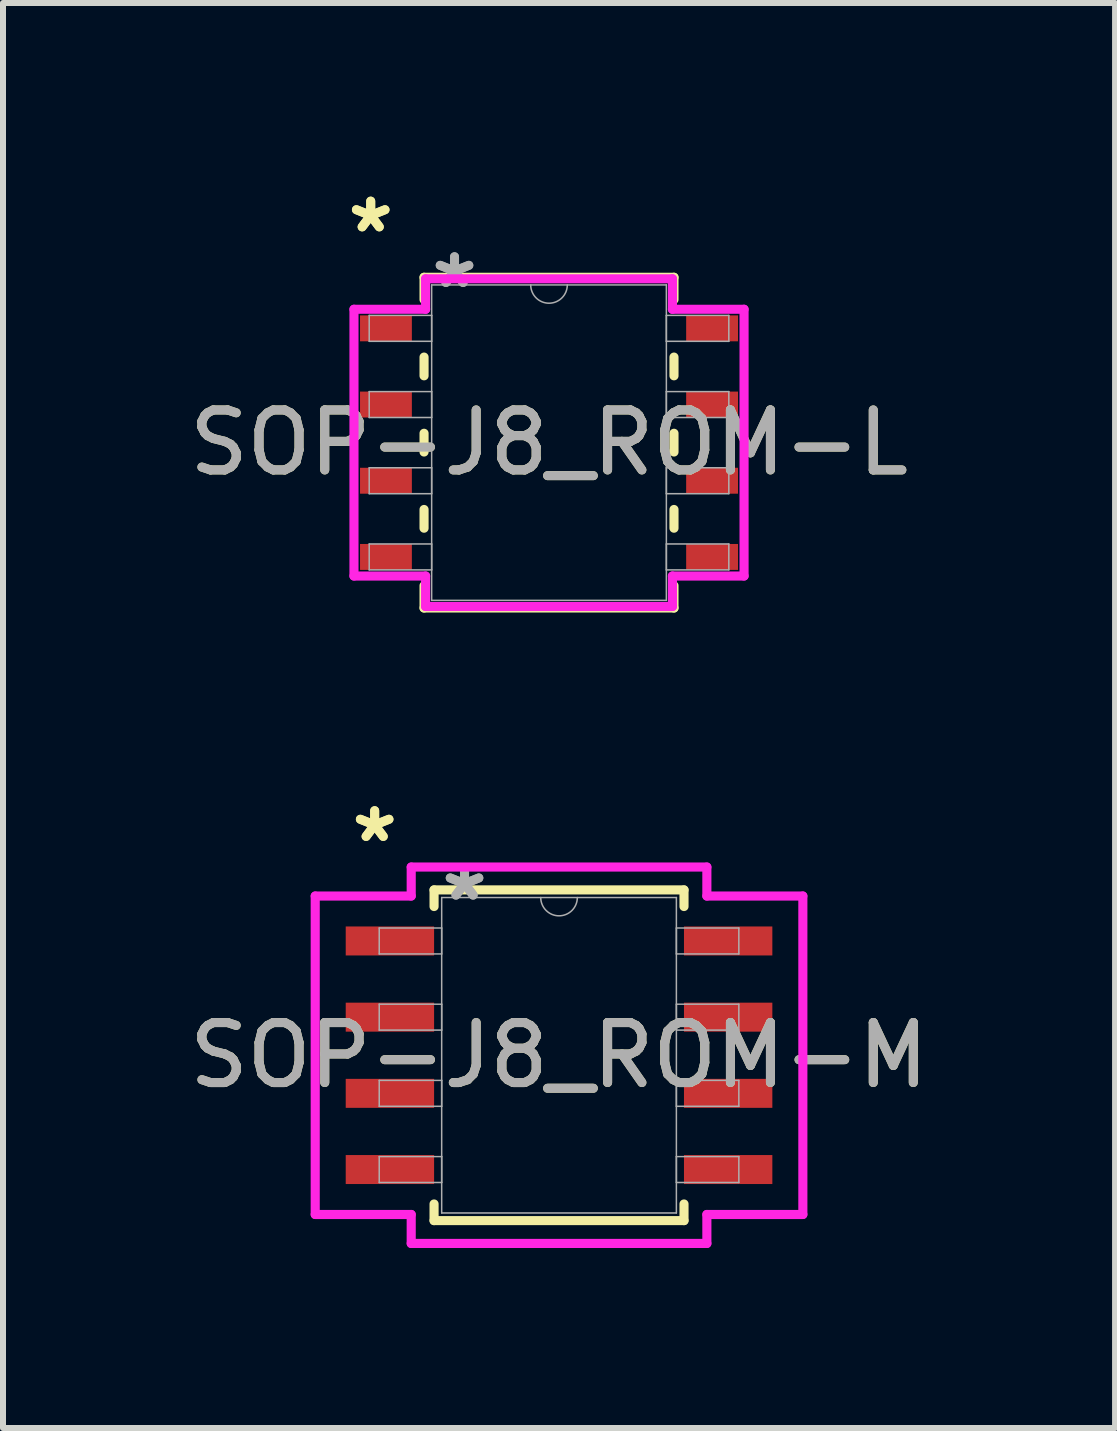
<source format=kicad_pcb>
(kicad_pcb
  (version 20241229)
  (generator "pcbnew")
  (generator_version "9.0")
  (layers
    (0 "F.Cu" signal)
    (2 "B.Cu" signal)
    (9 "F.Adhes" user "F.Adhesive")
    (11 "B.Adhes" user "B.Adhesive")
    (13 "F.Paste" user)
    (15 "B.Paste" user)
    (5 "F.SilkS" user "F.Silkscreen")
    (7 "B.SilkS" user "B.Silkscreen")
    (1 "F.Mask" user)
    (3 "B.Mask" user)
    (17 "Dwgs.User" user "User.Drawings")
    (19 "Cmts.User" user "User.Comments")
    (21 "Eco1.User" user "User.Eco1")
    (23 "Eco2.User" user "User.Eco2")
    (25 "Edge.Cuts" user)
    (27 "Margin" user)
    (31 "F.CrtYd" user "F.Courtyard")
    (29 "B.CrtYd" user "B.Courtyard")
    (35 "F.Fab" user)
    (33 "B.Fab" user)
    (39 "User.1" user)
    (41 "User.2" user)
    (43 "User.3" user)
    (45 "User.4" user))
  (footprint "SOP-J8_ROM-L"
    (layer "F.Cu")
    (at 6.101 4.328)
    (property "Reference" "SOP-J8_ROM-L" (at 0 0 0) (unlocked yes) (layer "F.SilkS") (effects (font (size 1 1) (thickness 0.15))))
    (attr smd)
    (fp_line (start -2.083 -2.756) (end -2.083 -2.384) (stroke (width 0.152) (type solid)) (layer "F.SilkS"))
    (fp_line (start -2.083 -1.426) (end -2.083 -1.114) (stroke (width 0.152) (type solid)) (layer "F.SilkS"))
    (fp_line (start -2.083 -0.156) (end -2.083 0.156) (stroke (width 0.152) (type solid)) (layer "F.SilkS"))
    (fp_line (start -2.083 1.114) (end -2.083 1.426) (stroke (width 0.152) (type solid)) (layer "F.SilkS"))
    (fp_line (start -2.083 2.384) (end -2.083 2.756) (stroke (width 0.152) (type solid)) (layer "F.SilkS"))
    (fp_line (start -2.083 2.756) (end 2.083 2.756) (stroke (width 0.152) (type solid)) (layer "F.SilkS"))
    (fp_line (start 2.083 -2.756) (end -2.083 -2.756) (stroke (width 0.152) (type solid)) (layer "F.SilkS"))
    (fp_line (start 2.083 -2.384) (end 2.083 -2.756) (stroke (width 0.152) (type solid)) (layer "F.SilkS"))
    (fp_line (start 2.083 -1.114) (end 2.083 -1.426) (stroke (width 0.152) (type solid)) (layer "F.SilkS"))
    (fp_line (start 2.083 0.156) (end 2.083 -0.156) (stroke (width 0.152) (type solid)) (layer "F.SilkS"))
    (fp_line (start 2.083 1.426) (end 2.083 1.114) (stroke (width 0.152) (type solid)) (layer "F.SilkS"))
    (fp_line (start 2.083 2.756) (end 2.083 2.384) (stroke (width 0.152) (type solid)) (layer "F.SilkS"))
    (fp_line (start -3.251 -2.223) (end -2.057 -2.223) (stroke (width 0.152) (type solid)) (layer "F.CrtYd"))
    (fp_line (start -3.251 2.223) (end -3.251 -2.223) (stroke (width 0.152) (type solid)) (layer "F.CrtYd"))
    (fp_line (start -3.251 2.223) (end -2.057 2.223) (stroke (width 0.152) (type solid)) (layer "F.CrtYd"))
    (fp_line (start -2.057 -2.731) (end 2.057 -2.731) (stroke (width 0.152) (type solid)) (layer "F.CrtYd"))
    (fp_line (start -2.057 -2.223) (end -2.057 -2.731) (stroke (width 0.152) (type solid)) (layer "F.CrtYd"))
    (fp_line (start -2.057 2.731) (end -2.057 2.223) (stroke (width 0.152) (type solid)) (layer "F.CrtYd"))
    (fp_line (start 2.057 -2.731) (end 2.057 -2.223) (stroke (width 0.152) (type solid)) (layer "F.CrtYd"))
    (fp_line (start 2.057 2.223) (end 2.057 2.731) (stroke (width 0.152) (type solid)) (layer "F.CrtYd"))
    (fp_line (start 2.057 2.731) (end -2.057 2.731) (stroke (width 0.152) (type solid)) (layer "F.CrtYd"))
    (fp_line (start 3.251 -2.223) (end 2.057 -2.223) (stroke (width 0.152) (type solid)) (layer "F.CrtYd"))
    (fp_line (start 3.251 -2.223) (end 3.251 2.223) (stroke (width 0.152) (type solid)) (layer "F.CrtYd"))
    (fp_line (start 3.251 2.223) (end 2.057 2.223) (stroke (width 0.152) (type solid)) (layer "F.CrtYd"))
    (fp_line (start -2.997 -2.121) (end -2.997 -1.689) (stroke (width 0.025) (type solid)) (layer "F.Fab"))
    (fp_line (start -2.997 -1.689) (end -1.956 -1.689) (stroke (width 0.025) (type solid)) (layer "F.Fab"))
    (fp_line (start -2.997 -0.851) (end -2.997 -0.419) (stroke (width 0.025) (type solid)) (layer "F.Fab"))
    (fp_line (start -2.997 -0.419) (end -1.956 -0.419) (stroke (width 0.025) (type solid)) (layer "F.Fab"))
    (fp_line (start -2.997 0.419) (end -2.997 0.851) (stroke (width 0.025) (type solid)) (layer "F.Fab"))
    (fp_line (start -2.997 0.851) (end -1.956 0.851) (stroke (width 0.025) (type solid)) (layer "F.Fab"))
    (fp_line (start -2.997 1.689) (end -2.997 2.121) (stroke (width 0.025) (type solid)) (layer "F.Fab"))
    (fp_line (start -2.997 2.121) (end -1.956 2.121) (stroke (width 0.025) (type solid)) (layer "F.Fab"))
    (fp_line (start -1.956 -2.629) (end -1.956 2.629) (stroke (width 0.025) (type solid)) (layer "F.Fab"))
    (fp_line (start -1.956 -2.121) (end -2.997 -2.121) (stroke (width 0.025) (type solid)) (layer "F.Fab"))
    (fp_line (start -1.956 -1.689) (end -1.956 -2.121) (stroke (width 0.025) (type solid)) (layer "F.Fab"))
    (fp_line (start -1.956 -0.851) (end -2.997 -0.851) (stroke (width 0.025) (type solid)) (layer "F.Fab"))
    (fp_line (start -1.956 -0.419) (end -1.956 -0.851) (stroke (width 0.025) (type solid)) (layer "F.Fab"))
    (fp_line (start -1.956 0.419) (end -2.997 0.419) (stroke (width 0.025) (type solid)) (layer "F.Fab"))
    (fp_line (start -1.956 0.851) (end -1.956 0.419) (stroke (width 0.025) (type solid)) (layer "F.Fab"))
    (fp_line (start -1.956 1.689) (end -2.997 1.689) (stroke (width 0.025) (type solid)) (layer "F.Fab"))
    (fp_line (start -1.956 2.121) (end -1.956 1.689) (stroke (width 0.025) (type solid)) (layer "F.Fab"))
    (fp_line (start -1.956 2.629) (end 1.956 2.629) (stroke (width 0.025) (type solid)) (layer "F.Fab"))
    (fp_line (start 1.956 -2.629) (end -1.956 -2.629) (stroke (width 0.025) (type solid)) (layer "F.Fab"))
    (fp_line (start 1.956 -2.121) (end 1.956 -1.689) (stroke (width 0.025) (type solid)) (layer "F.Fab"))
    (fp_line (start 1.956 -1.689) (end 2.997 -1.689) (stroke (width 0.025) (type solid)) (layer "F.Fab"))
    (fp_line (start 1.956 -0.851) (end 1.956 -0.419) (stroke (width 0.025) (type solid)) (layer "F.Fab"))
    (fp_line (start 1.956 -0.419) (end 2.997 -0.419) (stroke (width 0.025) (type solid)) (layer "F.Fab"))
    (fp_line (start 1.956 0.419) (end 1.956 0.851) (stroke (width 0.025) (type solid)) (layer "F.Fab"))
    (fp_line (start 1.956 0.851) (end 2.997 0.851) (stroke (width 0.025) (type solid)) (layer "F.Fab"))
    (fp_line (start 1.956 1.689) (end 1.956 2.121) (stroke (width 0.025) (type solid)) (layer "F.Fab"))
    (fp_line (start 1.956 2.121) (end 2.997 2.121) (stroke (width 0.025) (type solid)) (layer "F.Fab"))
    (fp_line (start 1.956 2.629) (end 1.956 -2.629) (stroke (width 0.025) (type solid)) (layer "F.Fab"))
    (fp_line (start 2.997 -2.121) (end 1.956 -2.121) (stroke (width 0.025) (type solid)) (layer "F.Fab"))
    (fp_line (start 2.997 -1.689) (end 2.997 -2.121) (stroke (width 0.025) (type solid)) (layer "F.Fab"))
    (fp_line (start 2.997 -0.851) (end 1.956 -0.851) (stroke (width 0.025) (type solid)) (layer "F.Fab"))
    (fp_line (start 2.997 -0.419) (end 2.997 -0.851) (stroke (width 0.025) (type solid)) (layer "F.Fab"))
    (fp_line (start 2.997 0.419) (end 1.956 0.419) (stroke (width 0.025) (type solid)) (layer "F.Fab"))
    (fp_line (start 2.997 0.851) (end 2.997 0.419) (stroke (width 0.025) (type solid)) (layer "F.Fab"))
    (fp_line (start 2.997 1.689) (end 1.956 1.689) (stroke (width 0.025) (type solid)) (layer "F.Fab"))
    (fp_line (start 2.997 2.121) (end 2.997 1.689) (stroke (width 0.025) (type solid)) (layer "F.Fab"))
    (fp_arc (start 0.3048 -2.6289) (mid 0 -2.3241) (end -0.3048 -2.6289) (stroke (width 0.0254) (type solid)) (layer "F.Fab"))
    (fp_text user "*" (at -2.972 -3.48 0) (unlocked yes) (layer "F.SilkS") (effects (font (size 1 1) (thickness 0.15))))
    (fp_text user "*" (at -2.972 -3.48 0) (layer "F.SilkS") (effects (font (size 1 1) (thickness 0.15))))
    (fp_text user "${REFERENCE}" (at 0 0 0) (unlocked yes) (layer "F.Fab") (effects (font (size 1 1) (thickness 0.15))))
    (fp_text user "*" (at -1.575 -2.553 0) (layer "F.Fab") (effects (font (size 1 1) (thickness 0.15))))
    (fp_text user "*" (at -1.575 -2.553 0) (unlocked yes) (layer "F.Fab") (effects (font (size 1 1) (thickness 0.15))))
    (pad "1" smd rect (at -2.718 -1.905) (size 0.864 0.432) (layers "F.Cu" "F.Mask" "F.Paste"))
    (pad "2" smd rect (at -2.718 -0.635) (size 0.864 0.432) (layers "F.Cu" "F.Mask" "F.Paste"))
    (pad "3" smd rect (at -2.718 0.635) (size 0.864 0.432) (layers "F.Cu" "F.Mask" "F.Paste"))
    (pad "4" smd rect (at -2.718 1.905) (size 0.864 0.432) (layers "F.Cu" "F.Mask" "F.Paste"))
    (pad "5" smd rect (at 2.718 1.905) (size 0.864 0.432) (layers "F.Cu" "F.Mask" "F.Paste"))
    (pad "6" smd rect (at 2.718 0.635) (size 0.864 0.432) (layers "F.Cu" "F.Mask" "F.Paste"))
    (pad "7" smd rect (at 2.718 -0.635) (size 0.864 0.432) (layers "F.Cu" "F.Mask" "F.Paste"))
    (pad "8" smd rect (at 2.718 -1.905) (size 0.864 0.432) (layers "F.Cu" "F.Mask" "F.Paste")))
  (footprint "SOP-J8_ROM-M"
    (layer "F.Cu")
    (at 6.268 14.539)
    (property "Reference" "SOP-J8_ROM-M" (at 0 0 0) (unlocked yes) (layer "F.SilkS") (effects (font (size 1 1) (thickness 0.15))))
    (attr smd)
    (fp_line (start -2.083 -2.756) (end -2.083 -2.479) (stroke (width 0.152) (type solid)) (layer "F.SilkS"))
    (fp_line (start -2.083 2.479) (end -2.083 2.756) (stroke (width 0.152) (type solid)) (layer "F.SilkS"))
    (fp_line (start -2.083 2.756) (end 2.083 2.756) (stroke (width 0.152) (type solid)) (layer "F.SilkS"))
    (fp_line (start 2.083 -2.756) (end -2.083 -2.756) (stroke (width 0.152) (type solid)) (layer "F.SilkS"))
    (fp_line (start 2.083 -2.479) (end 2.083 -2.756) (stroke (width 0.152) (type solid)) (layer "F.SilkS"))
    (fp_line (start 2.083 2.756) (end 2.083 2.479) (stroke (width 0.152) (type solid)) (layer "F.SilkS"))
    (fp_line (start -4.064 -2.654) (end -2.464 -2.654) (stroke (width 0.152) (type solid)) (layer "F.CrtYd"))
    (fp_line (start -4.064 2.654) (end -4.064 -2.654) (stroke (width 0.152) (type solid)) (layer "F.CrtYd"))
    (fp_line (start -4.064 2.654) (end -2.464 2.654) (stroke (width 0.152) (type solid)) (layer "F.CrtYd"))
    (fp_line (start -2.464 -3.137) (end 2.464 -3.137) (stroke (width 0.152) (type solid)) (layer "F.CrtYd"))
    (fp_line (start -2.464 -2.654) (end -2.464 -3.137) (stroke (width 0.152) (type solid)) (layer "F.CrtYd"))
    (fp_line (start -2.464 3.137) (end -2.464 2.654) (stroke (width 0.152) (type solid)) (layer "F.CrtYd"))
    (fp_line (start 2.464 -3.137) (end 2.464 -2.654) (stroke (width 0.152) (type solid)) (layer "F.CrtYd"))
    (fp_line (start 2.464 2.654) (end 2.464 3.137) (stroke (width 0.152) (type solid)) (layer "F.CrtYd"))
    (fp_line (start 2.464 3.137) (end -2.464 3.137) (stroke (width 0.152) (type solid)) (layer "F.CrtYd"))
    (fp_line (start 4.064 -2.654) (end 2.464 -2.654) (stroke (width 0.152) (type solid)) (layer "F.CrtYd"))
    (fp_line (start 4.064 -2.654) (end 4.064 2.654) (stroke (width 0.152) (type solid)) (layer "F.CrtYd"))
    (fp_line (start 4.064 2.654) (end 2.464 2.654) (stroke (width 0.152) (type solid)) (layer "F.CrtYd"))
    (fp_line (start -2.997 -2.121) (end -2.997 -1.689) (stroke (width 0.025) (type solid)) (layer "F.Fab"))
    (fp_line (start -2.997 -1.689) (end -1.956 -1.689) (stroke (width 0.025) (type solid)) (layer "F.Fab"))
    (fp_line (start -2.997 -0.851) (end -2.997 -0.419) (stroke (width 0.025) (type solid)) (layer "F.Fab"))
    (fp_line (start -2.997 -0.419) (end -1.956 -0.419) (stroke (width 0.025) (type solid)) (layer "F.Fab"))
    (fp_line (start -2.997 0.419) (end -2.997 0.851) (stroke (width 0.025) (type solid)) (layer "F.Fab"))
    (fp_line (start -2.997 0.851) (end -1.956 0.851) (stroke (width 0.025) (type solid)) (layer "F.Fab"))
    (fp_line (start -2.997 1.689) (end -2.997 2.121) (stroke (width 0.025) (type solid)) (layer "F.Fab"))
    (fp_line (start -2.997 2.121) (end -1.956 2.121) (stroke (width 0.025) (type solid)) (layer "F.Fab"))
    (fp_line (start -1.956 -2.629) (end -1.956 2.629) (stroke (width 0.025) (type solid)) (layer "F.Fab"))
    (fp_line (start -1.956 -2.121) (end -2.997 -2.121) (stroke (width 0.025) (type solid)) (layer "F.Fab"))
    (fp_line (start -1.956 -1.689) (end -1.956 -2.121) (stroke (width 0.025) (type solid)) (layer "F.Fab"))
    (fp_line (start -1.956 -0.851) (end -2.997 -0.851) (stroke (width 0.025) (type solid)) (layer "F.Fab"))
    (fp_line (start -1.956 -0.419) (end -1.956 -0.851) (stroke (width 0.025) (type solid)) (layer "F.Fab"))
    (fp_line (start -1.956 0.419) (end -2.997 0.419) (stroke (width 0.025) (type solid)) (layer "F.Fab"))
    (fp_line (start -1.956 0.851) (end -1.956 0.419) (stroke (width 0.025) (type solid)) (layer "F.Fab"))
    (fp_line (start -1.956 1.689) (end -2.997 1.689) (stroke (width 0.025) (type solid)) (layer "F.Fab"))
    (fp_line (start -1.956 2.121) (end -1.956 1.689) (stroke (width 0.025) (type solid)) (layer "F.Fab"))
    (fp_line (start -1.956 2.629) (end 1.956 2.629) (stroke (width 0.025) (type solid)) (layer "F.Fab"))
    (fp_line (start 1.956 -2.629) (end -1.956 -2.629) (stroke (width 0.025) (type solid)) (layer "F.Fab"))
    (fp_line (start 1.956 -2.121) (end 1.956 -1.689) (stroke (width 0.025) (type solid)) (layer "F.Fab"))
    (fp_line (start 1.956 -1.689) (end 2.997 -1.689) (stroke (width 0.025) (type solid)) (layer "F.Fab"))
    (fp_line (start 1.956 -0.851) (end 1.956 -0.419) (stroke (width 0.025) (type solid)) (layer "F.Fab"))
    (fp_line (start 1.956 -0.419) (end 2.997 -0.419) (stroke (width 0.025) (type solid)) (layer "F.Fab"))
    (fp_line (start 1.956 0.419) (end 1.956 0.851) (stroke (width 0.025) (type solid)) (layer "F.Fab"))
    (fp_line (start 1.956 0.851) (end 2.997 0.851) (stroke (width 0.025) (type solid)) (layer "F.Fab"))
    (fp_line (start 1.956 1.689) (end 1.956 2.121) (stroke (width 0.025) (type solid)) (layer "F.Fab"))
    (fp_line (start 1.956 2.121) (end 2.997 2.121) (stroke (width 0.025) (type solid)) (layer "F.Fab"))
    (fp_line (start 1.956 2.629) (end 1.956 -2.629) (stroke (width 0.025) (type solid)) (layer "F.Fab"))
    (fp_line (start 2.997 -2.121) (end 1.956 -2.121) (stroke (width 0.025) (type solid)) (layer "F.Fab"))
    (fp_line (start 2.997 -1.689) (end 2.997 -2.121) (stroke (width 0.025) (type solid)) (layer "F.Fab"))
    (fp_line (start 2.997 -0.851) (end 1.956 -0.851) (stroke (width 0.025) (type solid)) (layer "F.Fab"))
    (fp_line (start 2.997 -0.419) (end 2.997 -0.851) (stroke (width 0.025) (type solid)) (layer "F.Fab"))
    (fp_line (start 2.997 0.419) (end 1.956 0.419) (stroke (width 0.025) (type solid)) (layer "F.Fab"))
    (fp_line (start 2.997 0.851) (end 2.997 0.419) (stroke (width 0.025) (type solid)) (layer "F.Fab"))
    (fp_line (start 2.997 1.689) (end 1.956 1.689) (stroke (width 0.025) (type solid)) (layer "F.Fab"))
    (fp_line (start 2.997 2.121) (end 2.997 1.689) (stroke (width 0.025) (type solid)) (layer "F.Fab"))
    (fp_arc (start 0.3048 -2.6289) (mid 0 -2.3241) (end -0.3048 -2.6289) (stroke (width 0.0254) (type solid)) (layer "F.Fab"))
    (fp_text user "*" (at -3.073 -3.531 0) (layer "F.SilkS") (effects (font (size 1 1) (thickness 0.15))))
    (fp_text user "*" (at -3.073 -3.531 0) (unlocked yes) (layer "F.SilkS") (effects (font (size 1 1) (thickness 0.15))))
    (fp_text user "*" (at -1.575 -2.553 0) (unlocked yes) (layer "F.Fab") (effects (font (size 1 1) (thickness 0.15))))
    (fp_text user "${REFERENCE}" (at 0 0 0) (unlocked yes) (layer "F.Fab") (effects (font (size 1 1) (thickness 0.15))))
    (fp_text user "*" (at -1.575 -2.553 0) (layer "F.Fab") (effects (font (size 1 1) (thickness 0.15))))
    (pad "1" smd rect (at -2.819 -1.905) (size 1.473 0.483) (layers "F.Cu" "F.Mask" "F.Paste"))
    (pad "2" smd rect (at -2.819 -0.635) (size 1.473 0.483) (layers "F.Cu" "F.Mask" "F.Paste"))
    (pad "3" smd rect (at -2.819 0.635) (size 1.473 0.483) (layers "F.Cu" "F.Mask" "F.Paste"))
    (pad "4" smd rect (at -2.819 1.905) (size 1.473 0.483) (layers "F.Cu" "F.Mask" "F.Paste"))
    (pad "5" smd rect (at 2.819 1.905) (size 1.473 0.483) (layers "F.Cu" "F.Mask" "F.Paste"))
    (pad "6" smd rect (at 2.819 0.635) (size 1.473 0.483) (layers "F.Cu" "F.Mask" "F.Paste"))
    (pad "7" smd rect (at 2.819 -0.635) (size 1.473 0.483) (layers "F.Cu" "F.Mask" "F.Paste"))
    (pad "8" smd rect (at 2.819 -1.905) (size 1.473 0.483) (layers "F.Cu" "F.Mask" "F.Paste")))
  (gr_rect
    (start -3 -3)
    (end 15.536 20.752)
    (stroke (width 0.1) (type default))
    (fill no)
    (layer "Edge.Cuts")))
</source>
